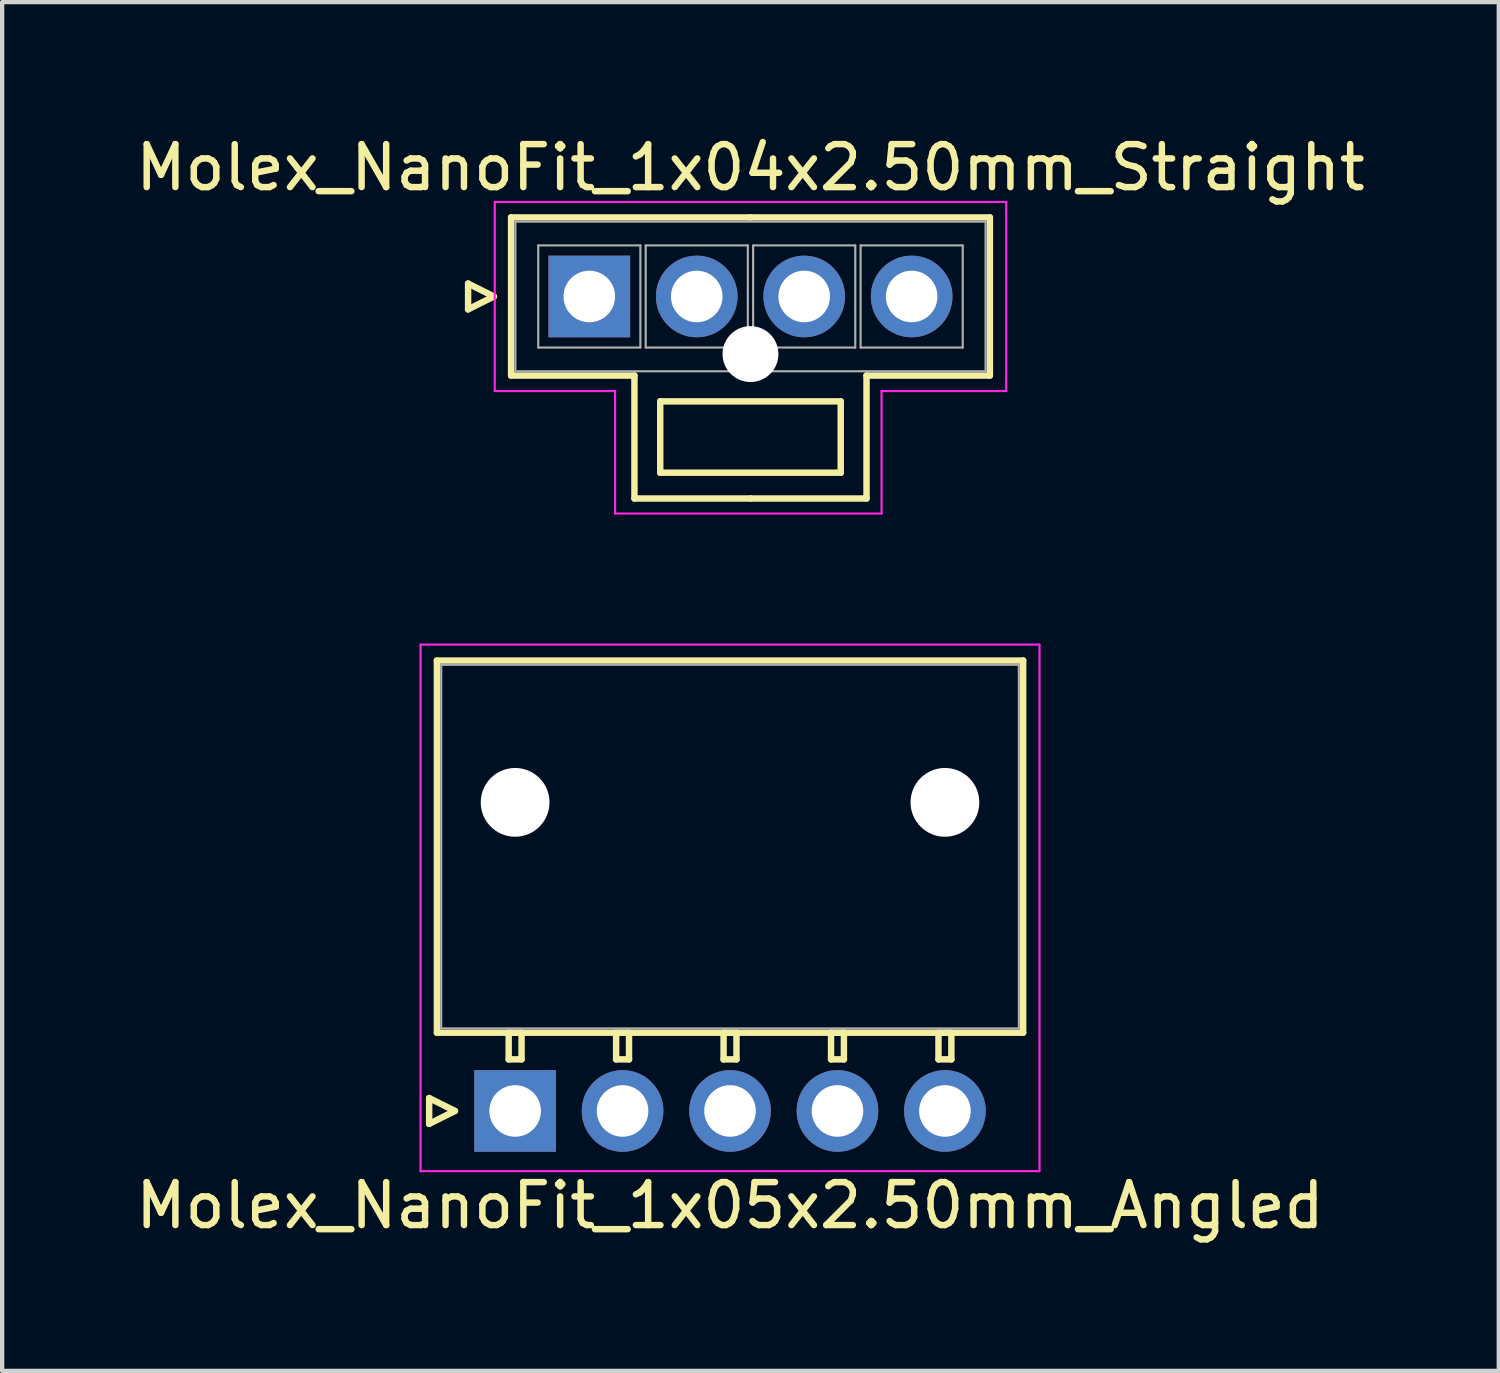
<source format=kicad_pcb>
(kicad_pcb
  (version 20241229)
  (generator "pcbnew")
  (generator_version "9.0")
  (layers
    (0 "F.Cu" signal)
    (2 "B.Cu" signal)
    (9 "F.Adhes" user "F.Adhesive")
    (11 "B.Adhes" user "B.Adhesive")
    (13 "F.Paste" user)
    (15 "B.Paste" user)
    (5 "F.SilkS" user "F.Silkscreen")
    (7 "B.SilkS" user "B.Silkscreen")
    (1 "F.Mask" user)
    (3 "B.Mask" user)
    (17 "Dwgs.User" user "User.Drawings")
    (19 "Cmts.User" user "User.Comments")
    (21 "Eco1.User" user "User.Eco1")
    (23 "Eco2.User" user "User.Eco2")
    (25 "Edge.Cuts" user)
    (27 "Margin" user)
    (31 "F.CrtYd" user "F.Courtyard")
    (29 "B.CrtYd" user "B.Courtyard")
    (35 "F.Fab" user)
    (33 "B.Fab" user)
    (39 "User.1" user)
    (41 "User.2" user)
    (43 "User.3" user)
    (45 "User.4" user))
  (footprint "Molex_NanoFit_1x04x2.50mm_Straight"
    (layer "F.Cu")
    (at 10.661 3.848)
    (property "Reference" "Molex_NanoFit_1x04x2.50mm_Straight" (at 3.75 -3 0) (layer "F.SilkS") (effects (font (size 1 1) (thickness 0.15))))
    (attr through_hole)
    (fp_line (start -2.82 -0.3) (end -2.22 0) (stroke (width 0.15) (type solid)) (layer "F.SilkS"))
    (fp_line (start -2.82 0.3) (end -2.82 -0.3) (stroke (width 0.15) (type solid)) (layer "F.SilkS"))
    (fp_line (start -2.22 0) (end -2.82 0.3) (stroke (width 0.15) (type solid)) (layer "F.SilkS"))
    (fp_line (start -1.82 -1.84) (end -1.82 1.84) (stroke (width 0.15) (type solid)) (layer "F.SilkS"))
    (fp_line (start -1.82 1.84) (end 1.05 1.84) (stroke (width 0.15) (type solid)) (layer "F.SilkS"))
    (fp_line (start 1.05 1.84) (end 1.05 4.7) (stroke (width 0.15) (type solid)) (layer "F.SilkS"))
    (fp_line (start 1.05 4.7) (end 3.75 4.7) (stroke (width 0.15) (type solid)) (layer "F.SilkS"))
    (fp_line (start 1.65 2.44) (end 1.65 4.1) (stroke (width 0.15) (type solid)) (layer "F.SilkS"))
    (fp_line (start 1.65 4.1) (end 5.85 4.1) (stroke (width 0.15) (type solid)) (layer "F.SilkS"))
    (fp_line (start 3.75 -1.84) (end -1.82 -1.84) (stroke (width 0.15) (type solid)) (layer "F.SilkS"))
    (fp_line (start 3.75 -1.84) (end 9.32 -1.84) (stroke (width 0.15) (type solid)) (layer "F.SilkS"))
    (fp_line (start 5.85 2.44) (end 1.65 2.44) (stroke (width 0.15) (type solid)) (layer "F.SilkS"))
    (fp_line (start 5.85 4.1) (end 5.85 2.44) (stroke (width 0.15) (type solid)) (layer "F.SilkS"))
    (fp_line (start 6.45 1.84) (end 6.45 4.7) (stroke (width 0.15) (type solid)) (layer "F.SilkS"))
    (fp_line (start 6.45 4.7) (end 3.75 4.7) (stroke (width 0.15) (type solid)) (layer "F.SilkS"))
    (fp_line (start 9.32 -1.84) (end 9.32 1.84) (stroke (width 0.15) (type solid)) (layer "F.SilkS"))
    (fp_line (start 9.32 1.84) (end 6.45 1.84) (stroke (width 0.15) (type solid)) (layer "F.SilkS"))
    (fp_line (start -2.2 -2.2) (end -2.2 2.2) (stroke (width 0.05) (type solid)) (layer "F.CrtYd"))
    (fp_line (start -2.2 2.2) (end 0.6 2.2) (stroke (width 0.05) (type solid)) (layer "F.CrtYd"))
    (fp_line (start 0.6 2.2) (end 0.6 5.05) (stroke (width 0.05) (type solid)) (layer "F.CrtYd"))
    (fp_line (start 0.6 5.05) (end 6.8 5.05) (stroke (width 0.05) (type solid)) (layer "F.CrtYd"))
    (fp_line (start 6.8 2.2) (end 9.7 2.2) (stroke (width 0.05) (type solid)) (layer "F.CrtYd"))
    (fp_line (start 6.8 5.05) (end 6.8 2.2) (stroke (width 0.05) (type solid)) (layer "F.CrtYd"))
    (fp_line (start 9.7 -2.2) (end -2.2 -2.2) (stroke (width 0.05) (type solid)) (layer "F.CrtYd"))
    (fp_line (start 9.7 2.2) (end 9.7 -2.2) (stroke (width 0.05) (type solid)) (layer "F.CrtYd"))
    (fp_line (start -1.72 -1.74) (end -1.72 1.74) (stroke (width 0.05) (type solid)) (layer "F.Fab"))
    (fp_line (start -1.72 1.74) (end 9.22 1.74) (stroke (width 0.05) (type solid)) (layer "F.Fab"))
    (fp_line (start -1.188 -1.188) (end -1.188 1.188) (stroke (width 0.05) (type solid)) (layer "F.Fab"))
    (fp_line (start -1.188 1.188) (end 1.188 1.188) (stroke (width 0.05) (type solid)) (layer "F.Fab"))
    (fp_line (start 1.188 -1.188) (end -1.188 -1.188) (stroke (width 0.05) (type solid)) (layer "F.Fab"))
    (fp_line (start 1.188 1.188) (end 1.188 -1.188) (stroke (width 0.05) (type solid)) (layer "F.Fab"))
    (fp_line (start 1.312 -1.188) (end 1.312 1.188) (stroke (width 0.05) (type solid)) (layer "F.Fab"))
    (fp_line (start 1.312 1.188) (end 3.688 1.188) (stroke (width 0.05) (type solid)) (layer "F.Fab"))
    (fp_line (start 3.688 -1.188) (end 1.312 -1.188) (stroke (width 0.05) (type solid)) (layer "F.Fab"))
    (fp_line (start 3.688 1.188) (end 3.688 -1.188) (stroke (width 0.05) (type solid)) (layer "F.Fab"))
    (fp_line (start 3.812 -1.188) (end 3.812 1.188) (stroke (width 0.05) (type solid)) (layer "F.Fab"))
    (fp_line (start 3.812 1.188) (end 6.188 1.188) (stroke (width 0.05) (type solid)) (layer "F.Fab"))
    (fp_line (start 6.188 -1.188) (end 3.812 -1.188) (stroke (width 0.05) (type solid)) (layer "F.Fab"))
    (fp_line (start 6.188 1.188) (end 6.188 -1.188) (stroke (width 0.05) (type solid)) (layer "F.Fab"))
    (fp_line (start 6.312 -1.188) (end 6.312 1.188) (stroke (width 0.05) (type solid)) (layer "F.Fab"))
    (fp_line (start 6.312 1.188) (end 8.688 1.188) (stroke (width 0.05) (type solid)) (layer "F.Fab"))
    (fp_line (start 8.688 -1.188) (end 6.312 -1.188) (stroke (width 0.05) (type solid)) (layer "F.Fab"))
    (fp_line (start 8.688 1.188) (end 8.688 -1.188) (stroke (width 0.05) (type solid)) (layer "F.Fab"))
    (fp_line (start 9.22 -1.74) (end -1.72 -1.74) (stroke (width 0.05) (type solid)) (layer "F.Fab"))
    (fp_line (start 9.22 1.74) (end 9.22 -1.74) (stroke (width 0.05) (type solid)) (layer "F.Fab"))
    (pad "" np_thru_hole circle (at 3.75 1.34) (size 1.3 1.3) (drill 1.3) (layers "*.Cu"))
    (pad "1" thru_hole rect (at 0 0) (size 1.9 1.9) (drill 1.2) (layers "*.Cu" "*.Mask"))
    (pad "2" thru_hole circle (at 2.5 0) (size 1.9 1.9) (drill 1.2) (layers "*.Cu" "*.Mask"))
    (pad "3" thru_hole circle (at 5 0) (size 1.9 1.9) (drill 1.2) (layers "*.Cu" "*.Mask"))
    (pad "4" thru_hole circle (at 7.5 0) (size 1.9 1.9) (drill 1.2) (layers "*.Cu" "*.Mask")))
  (footprint "Molex_NanoFit_1x05x2.50mm_Angled"
    (layer "F.Cu")
    (at 8.935 22.798)
    (property "Reference" "Molex_NanoFit_1x05x2.50mm_Angled" (at 5 2.2 0) (layer "F.SilkS") (effects (font (size 1 1) (thickness 0.15))))
    (attr through_hole)
    (fp_line (start -2 -0.3) (end -1.4 0) (stroke (width 0.15) (type solid)) (layer "F.SilkS"))
    (fp_line (start -2 0.3) (end -2 -0.3) (stroke (width 0.15) (type solid)) (layer "F.SilkS"))
    (fp_line (start -1.82 -10.48) (end -1.82 -1.82) (stroke (width 0.15) (type solid)) (layer "F.SilkS"))
    (fp_line (start -1.82 -1.82) (end 11.82 -1.82) (stroke (width 0.15) (type solid)) (layer "F.SilkS"))
    (fp_line (start -1.4 0) (end -2 0.3) (stroke (width 0.15) (type solid)) (layer "F.SilkS"))
    (fp_line (start -0.15 -1.82) (end -0.15 -1.2) (stroke (width 0.15) (type solid)) (layer "F.SilkS"))
    (fp_line (start -0.15 -1.2) (end 0.15 -1.2) (stroke (width 0.15) (type solid)) (layer "F.SilkS"))
    (fp_line (start 0.15 -1.82) (end -0.15 -1.82) (stroke (width 0.15) (type solid)) (layer "F.SilkS"))
    (fp_line (start 0.15 -1.2) (end 0.15 -1.82) (stroke (width 0.15) (type solid)) (layer "F.SilkS"))
    (fp_line (start 2.35 -1.82) (end 2.35 -1.2) (stroke (width 0.15) (type solid)) (layer "F.SilkS"))
    (fp_line (start 2.35 -1.2) (end 2.65 -1.2) (stroke (width 0.15) (type solid)) (layer "F.SilkS"))
    (fp_line (start 2.65 -1.82) (end 2.35 -1.82) (stroke (width 0.15) (type solid)) (layer "F.SilkS"))
    (fp_line (start 2.65 -1.2) (end 2.65 -1.82) (stroke (width 0.15) (type solid)) (layer "F.SilkS"))
    (fp_line (start 4.85 -1.82) (end 4.85 -1.2) (stroke (width 0.15) (type solid)) (layer "F.SilkS"))
    (fp_line (start 4.85 -1.2) (end 5.15 -1.2) (stroke (width 0.15) (type solid)) (layer "F.SilkS"))
    (fp_line (start 5.15 -1.82) (end 4.85 -1.82) (stroke (width 0.15) (type solid)) (layer "F.SilkS"))
    (fp_line (start 5.15 -1.2) (end 5.15 -1.82) (stroke (width 0.15) (type solid)) (layer "F.SilkS"))
    (fp_line (start 7.35 -1.82) (end 7.35 -1.2) (stroke (width 0.15) (type solid)) (layer "F.SilkS"))
    (fp_line (start 7.35 -1.2) (end 7.65 -1.2) (stroke (width 0.15) (type solid)) (layer "F.SilkS"))
    (fp_line (start 7.65 -1.82) (end 7.35 -1.82) (stroke (width 0.15) (type solid)) (layer "F.SilkS"))
    (fp_line (start 7.65 -1.2) (end 7.65 -1.82) (stroke (width 0.15) (type solid)) (layer "F.SilkS"))
    (fp_line (start 9.85 -1.82) (end 9.85 -1.2) (stroke (width 0.15) (type solid)) (layer "F.SilkS"))
    (fp_line (start 9.85 -1.2) (end 10.15 -1.2) (stroke (width 0.15) (type solid)) (layer "F.SilkS"))
    (fp_line (start 10.15 -1.82) (end 9.85 -1.82) (stroke (width 0.15) (type solid)) (layer "F.SilkS"))
    (fp_line (start 10.15 -1.2) (end 10.15 -1.82) (stroke (width 0.15) (type solid)) (layer "F.SilkS"))
    (fp_line (start 11.82 -10.48) (end -1.82 -10.48) (stroke (width 0.15) (type solid)) (layer "F.SilkS"))
    (fp_line (start 11.82 -1.82) (end 11.82 -10.48) (stroke (width 0.15) (type solid)) (layer "F.SilkS"))
    (fp_line (start -2.2 -10.85) (end -2.2 1.4) (stroke (width 0.05) (type solid)) (layer "F.CrtYd"))
    (fp_line (start -2.2 1.4) (end 12.2 1.4) (stroke (width 0.05) (type solid)) (layer "F.CrtYd"))
    (fp_line (start 12.2 -10.85) (end -2.2 -10.85) (stroke (width 0.05) (type solid)) (layer "F.CrtYd"))
    (fp_line (start 12.2 1.4) (end 12.2 -10.85) (stroke (width 0.05) (type solid)) (layer "F.CrtYd"))
    (fp_line (start -1.72 -10.38) (end -1.72 -1.92) (stroke (width 0.05) (type solid)) (layer "F.Fab"))
    (fp_line (start -1.72 -1.92) (end 11.72 -1.92) (stroke (width 0.05) (type solid)) (layer "F.Fab"))
    (fp_line (start 11.72 -10.38) (end -1.72 -10.38) (stroke (width 0.05) (type solid)) (layer "F.Fab"))
    (fp_line (start 11.72 -1.92) (end 11.72 -10.38) (stroke (width 0.05) (type solid)) (layer "F.Fab"))
    (pad "" np_thru_hole circle (at 0 -7.18) (size 1.6 1.6) (drill 1.6) (layers "*.Cu"))
    (pad "" np_thru_hole circle (at 10 -7.18) (size 1.6 1.6) (drill 1.6) (layers "*.Cu"))
    (pad "1" thru_hole rect (at 0 0) (size 1.9 1.9) (drill 1.2) (layers "*.Cu" "*.Mask"))
    (pad "2" thru_hole circle (at 2.5 0) (size 1.9 1.9) (drill 1.2) (layers "*.Cu" "*.Mask"))
    (pad "3" thru_hole circle (at 5 0) (size 1.9 1.9) (drill 1.2) (layers "*.Cu" "*.Mask"))
    (pad "4" thru_hole circle (at 7.5 0) (size 1.9 1.9) (drill 1.2) (layers "*.Cu" "*.Mask"))
    (pad "5" thru_hole circle (at 10 0) (size 1.9 1.9) (drill 1.2) (layers "*.Cu" "*.Mask")))
  (gr_rect
    (start -3 -3)
    (end 31.821 28.846)
    (stroke (width 0.1) (type default))
    (fill no)
    (layer "Edge.Cuts")))
</source>
